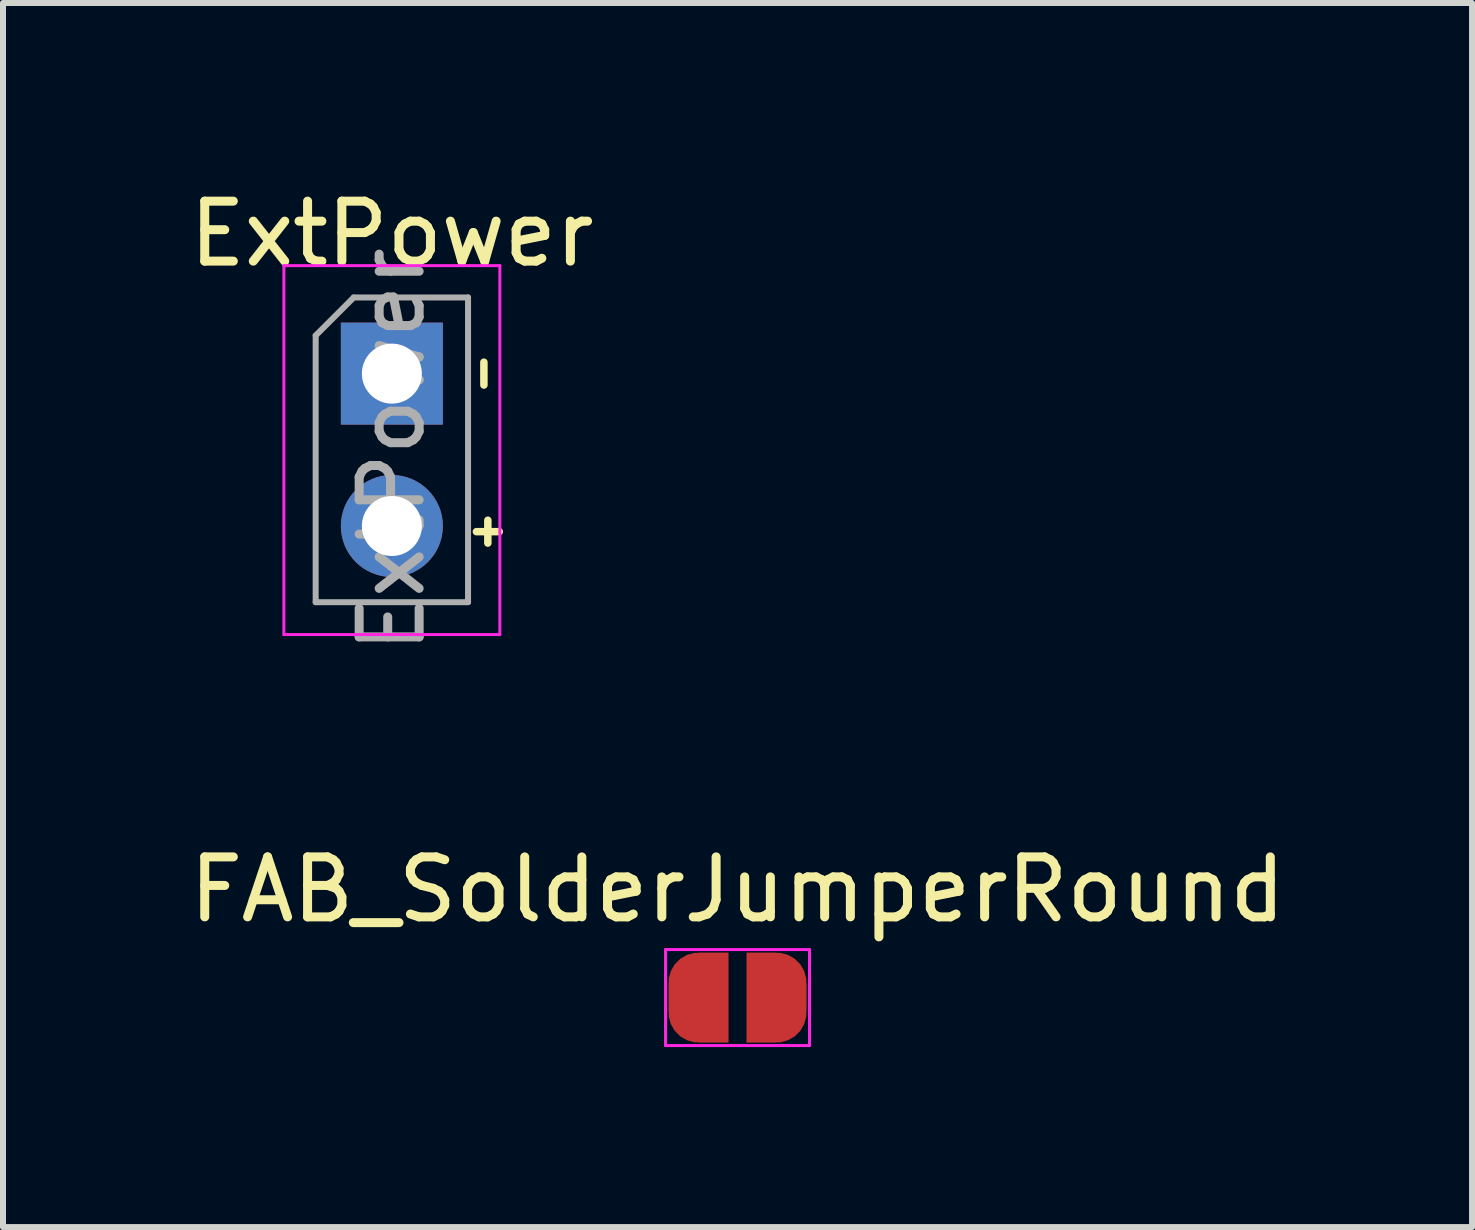
<source format=kicad_pcb>
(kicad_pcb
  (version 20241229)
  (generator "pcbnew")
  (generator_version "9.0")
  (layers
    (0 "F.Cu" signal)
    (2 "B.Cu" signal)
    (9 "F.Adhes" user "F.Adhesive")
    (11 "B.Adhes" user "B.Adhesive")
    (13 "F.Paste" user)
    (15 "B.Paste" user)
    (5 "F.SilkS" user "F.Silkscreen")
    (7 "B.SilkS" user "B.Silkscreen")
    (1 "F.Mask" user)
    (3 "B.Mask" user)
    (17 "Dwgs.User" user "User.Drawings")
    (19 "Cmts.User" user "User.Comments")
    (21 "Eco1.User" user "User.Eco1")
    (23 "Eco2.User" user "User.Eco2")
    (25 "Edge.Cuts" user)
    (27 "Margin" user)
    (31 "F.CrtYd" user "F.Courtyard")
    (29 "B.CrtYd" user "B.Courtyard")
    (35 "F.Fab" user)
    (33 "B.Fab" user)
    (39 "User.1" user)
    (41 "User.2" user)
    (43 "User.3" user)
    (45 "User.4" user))
  (footprint "ExtPower"
    (layer "F.Cu")
    (at 3.482 3.178)
    (property "Reference" "ExtPower" (at 0 -2.33 0) (layer "F.SilkS") (effects (font (size 1 1) (thickness 0.15))))
    (attr through_hole)
    (fp_line (start -1.8 -1.8) (end -1.8 4.35) (stroke (width 0.05) (type solid)) (layer "F.CrtYd"))
    (fp_line (start -1.8 4.35) (end 1.8 4.35) (stroke (width 0.05) (type solid)) (layer "F.CrtYd"))
    (fp_line (start 1.8 -1.8) (end -1.8 -1.8) (stroke (width 0.05) (type solid)) (layer "F.CrtYd"))
    (fp_line (start 1.8 4.35) (end 1.8 -1.8) (stroke (width 0.05) (type solid)) (layer "F.CrtYd"))
    (fp_line (start -1.27 -0.635) (end -0.635 -1.27) (stroke (width 0.1) (type solid)) (layer "F.Fab"))
    (fp_line (start -1.27 3.81) (end -1.27 -0.635) (stroke (width 0.1) (type solid)) (layer "F.Fab"))
    (fp_line (start -0.635 -1.27) (end 1.27 -1.27) (stroke (width 0.1) (type solid)) (layer "F.Fab"))
    (fp_line (start 1.27 -1.27) (end 1.27 3.81) (stroke (width 0.1) (type solid)) (layer "F.Fab"))
    (fp_line (start 1.27 3.81) (end -1.27 3.81) (stroke (width 0.1) (type solid)) (layer "F.Fab"))
    (fp_text user "-" (at 1.5 0 90) (layer "F.SilkS") (effects (font (size 0.5 0.5) (thickness 0.125))))
    (fp_text user "+" (at 1.6 2.6 0) (layer "F.SilkS") (effects (font (size 0.5 0.5) (thickness 0.125))))
    (fp_text user "${REFERENCE}" (at 0 1.27 90) (layer "F.Fab") (effects (font (size 1 1) (thickness 0.15))))
    (pad "1" thru_hole rect (at 0 0) (size 1.7 1.7) (drill 1) (layers "*.Cu" "*.Mask"))
    (pad "2" thru_hole oval (at 0 2.54) (size 1.7 1.7) (drill 1) (layers "*.Cu" "*.Mask")))
  (footprint "FAB_SolderJumperRound"
    (layer "F.Cu")
    (at 9.244 13.579)
    (property "Reference" "FAB_SolderJumperRound" (at 0 -1.8 0) (layer "F.SilkS") (effects (font (size 1 1) (thickness 0.15))))
    (attr exclude_from_pos_files exclude_from_bom)
    (fp_line (start -1.2 -0.8) (end -1.2 0.8) (stroke (width 0.05) (type solid)) (layer "F.CrtYd"))
    (fp_line (start -1.2 -0.8) (end 1.2 -0.8) (stroke (width 0.05) (type solid)) (layer "F.CrtYd"))
    (fp_line (start 1.2 0.8) (end -1.2 0.8) (stroke (width 0.05) (type solid)) (layer "F.CrtYd"))
    (fp_line (start 1.2 0.8) (end 1.2 -0.8) (stroke (width 0.05) (type solid)) (layer "F.CrtYd"))
    (pad "1" smd custom (at -0.65 0) (size 1 0.5) (layers "F.Cu" "F.Mask") (options (anchor rect)) (primitives (gr_circle (center 0 0.25) (end 0.5 0.25) (width 0) (fill yes)) (gr_circle (center 0 -0.25) (end 0.5 -0.25) (width 0) (fill yes)) (gr_poly (pts (xy 0 -0.75) (xy 0.5 -0.75) (xy 0.5 0.75) (xy 0 0.75)) (width 0) (fill yes))))
    (pad "2" smd custom (at 0.65 0) (size 1 0.5) (layers "F.Cu" "F.Mask") (options (anchor rect)) (primitives (gr_circle (center 0 0.25) (end 0.5 0.25) (width 0) (fill yes)) (gr_circle (center 0 -0.25) (end 0.5 -0.25) (width 0) (fill yes)) (gr_poly (pts (xy 0 -0.75) (xy -0.5 -0.75) (xy -0.5 0.75) (xy 0 0.75)) (width 0) (fill yes)))))
  (gr_rect
    (start -3 -3)
    (end 21.488 17.404)
    (stroke (width 0.1) (type default))
    (fill no)
    (layer "Edge.Cuts")))
</source>
